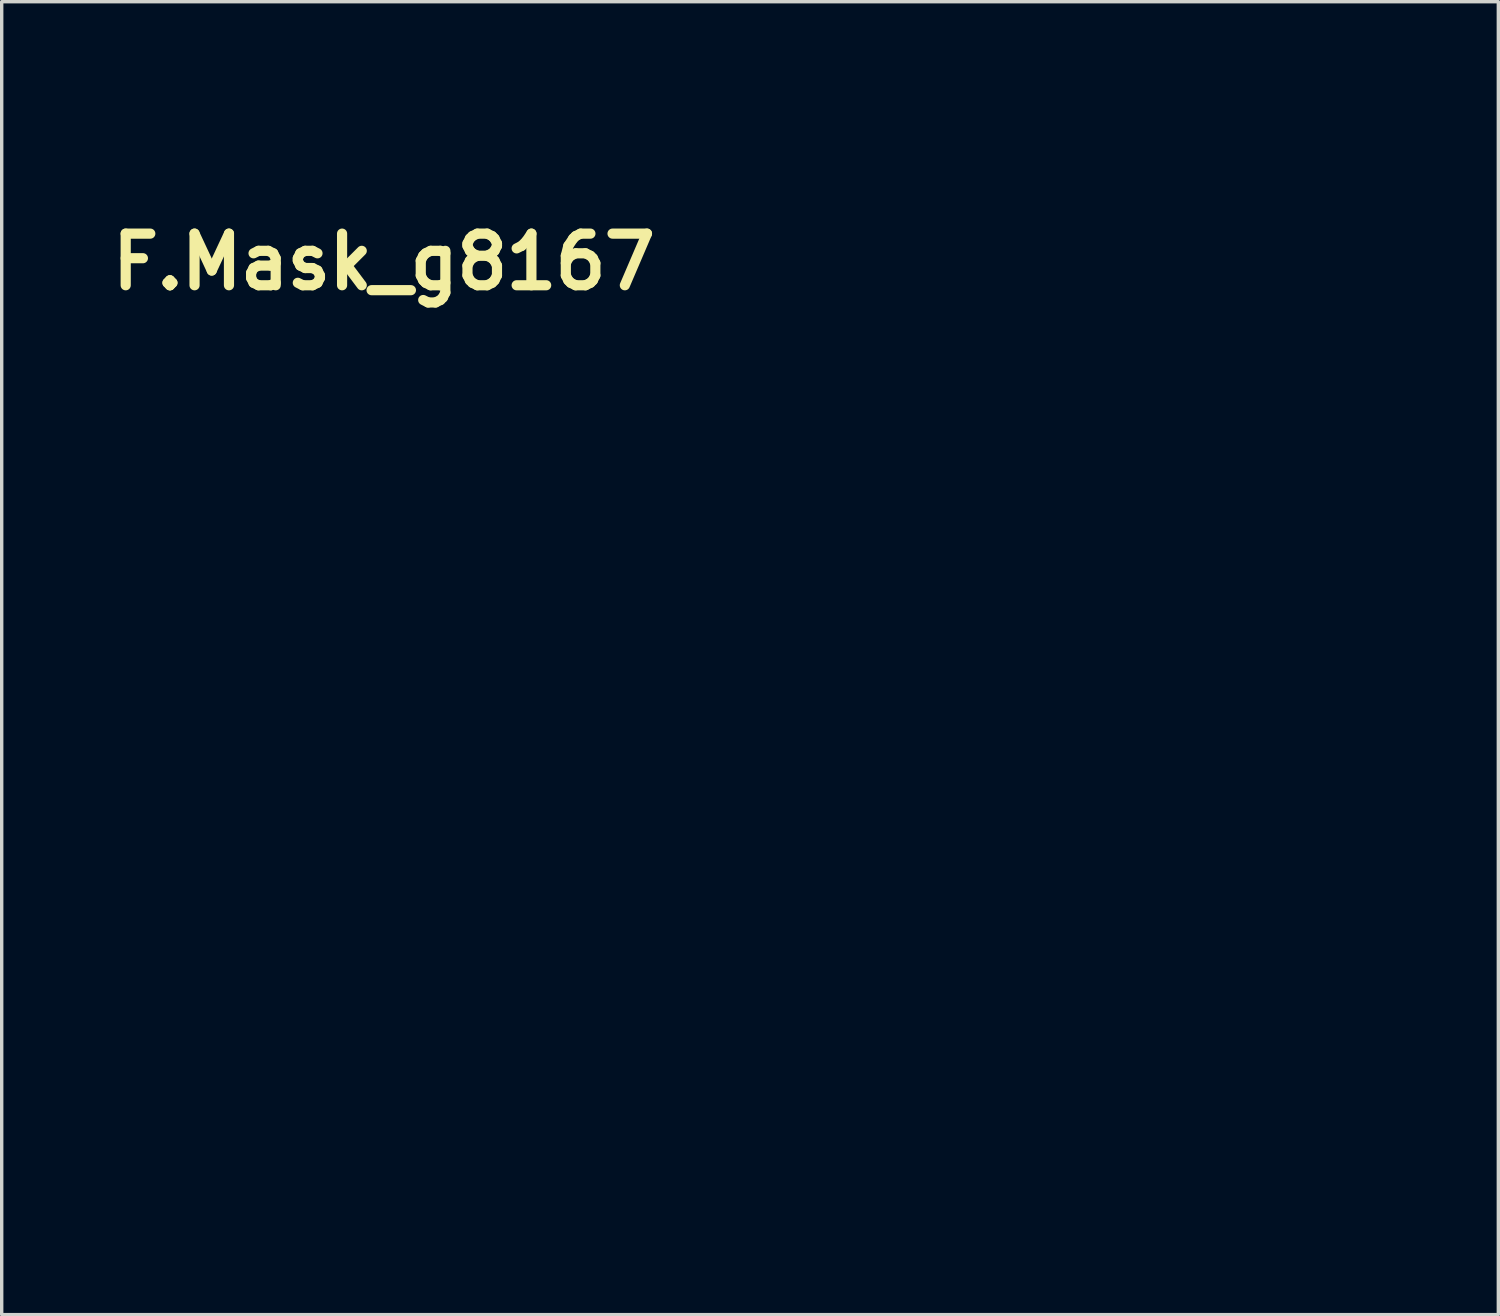
<source format=kicad_pcb>
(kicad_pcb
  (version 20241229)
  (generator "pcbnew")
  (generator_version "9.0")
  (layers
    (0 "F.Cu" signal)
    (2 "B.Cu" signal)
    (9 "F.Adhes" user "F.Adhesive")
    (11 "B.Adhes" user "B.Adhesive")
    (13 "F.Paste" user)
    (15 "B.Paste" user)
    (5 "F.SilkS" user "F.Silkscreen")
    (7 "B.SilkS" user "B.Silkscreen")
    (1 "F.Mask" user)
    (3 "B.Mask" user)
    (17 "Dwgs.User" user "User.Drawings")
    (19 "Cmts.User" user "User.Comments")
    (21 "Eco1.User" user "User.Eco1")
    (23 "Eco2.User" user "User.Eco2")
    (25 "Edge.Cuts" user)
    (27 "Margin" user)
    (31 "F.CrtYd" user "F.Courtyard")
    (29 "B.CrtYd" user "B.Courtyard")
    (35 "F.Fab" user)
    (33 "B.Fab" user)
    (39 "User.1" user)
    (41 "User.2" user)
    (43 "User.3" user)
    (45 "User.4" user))
  (footprint "F.Mask_g8167"
    (layer "F.Cu")
    (at 8.28 4.68)
    (property "Reference" "F.Mask_g8167" (at 0 0 0) (layer "F.SilkS") (effects (font (size 1.524 1.524) (thickness 0.3))))
    (attr through_hole)
    (fp_poly (pts (xy 27.705 -4.644) (xy 27.768 -4.577) (xy 27.843 -4.469) (xy 27.933 -4.316) (xy 28.042 -4.112) (xy 28.173 -3.853) (xy 28.33 -3.534) (xy 28.516 -3.151) (xy 28.735 -2.698) (xy 28.832 -2.498) (xy 29.025 -2.096) (xy 29.208 -1.717) (xy 29.375 -1.367) (xy 29.525 -1.053) (xy 29.653 -0.782) (xy 29.757 -0.562) (xy 29.832 -0.398) (xy 29.877 -0.297) (xy 29.887 -0.268) (xy 29.859 -0.206) (xy 29.787 -0.106) (xy 29.688 0.012) (xy 29.579 0.129) (xy 29.477 0.227) (xy 29.4 0.287) (xy 29.374 0.296) (xy 29.29 0.267) (xy 29.266 0.243) (xy 29.235 0.188) (xy 29.176 0.071) (xy 29.096 -0.095) (xy 29.001 -0.295) (xy 28.936 -0.433) (xy 28.647 -1.056) (xy 27.076 -1.579) (xy 26.672 -1.714) (xy 26.341 -1.826) (xy 26.077 -1.918) (xy 25.872 -1.991) (xy 25.72 -2.05) (xy 25.613 -2.096) (xy 25.544 -2.132) (xy 25.507 -2.162) (xy 25.493 -2.187) (xy 25.493 -2.187) (xy 25.514 -2.258) (xy 25.578 -2.367) (xy 25.67 -2.494) (xy 25.773 -2.619) (xy 25.872 -2.723) (xy 25.951 -2.785) (xy 25.979 -2.794) (xy 26.033 -2.781) (xy 26.156 -2.744) (xy 26.336 -2.687) (xy 26.563 -2.613) (xy 26.826 -2.526) (xy 27.09 -2.438) (xy 28.143 -2.082) (xy 28.005 -2.385) (xy 27.939 -2.526) (xy 27.845 -2.722) (xy 27.731 -2.954) (xy 27.609 -3.202) (xy 27.522 -3.376) (xy 27.412 -3.6) (xy 27.316 -3.803) (xy 27.241 -3.97) (xy 27.193 -4.088) (xy 27.178 -4.14) (xy 27.204 -4.209) (xy 27.273 -4.318) (xy 27.37 -4.442) (xy 27.375 -4.448) (xy 27.441 -4.528) (xy 27.499 -4.596) (xy 27.55 -4.646) (xy 27.6 -4.674) (xy 27.65 -4.675) (xy 27.705 -4.644)) (stroke (width 0.01) (type solid)) (fill yes) (layer "F.Mask"))
    (fp_poly (pts (xy 23.137 1.273) (xy 23.348 1.33) (xy 23.646 1.472) (xy 23.948 1.672) (xy 24.232 1.91) (xy 24.475 2.169) (xy 24.648 2.413) (xy 24.798 2.748) (xy 24.871 3.09) (xy 24.869 3.43) (xy 24.795 3.756) (xy 24.651 4.058) (xy 24.44 4.324) (xy 24.164 4.543) (xy 24.159 4.546) (xy 23.951 4.675) (xy 24.241 4.931) (xy 24.395 5.067) (xy 24.549 5.204) (xy 24.673 5.316) (xy 24.698 5.339) (xy 24.866 5.493) (xy 24.791 5.607) (xy 24.688 5.748) (xy 24.573 5.879) (xy 24.463 5.984) (xy 24.376 6.045) (xy 24.345 6.054) (xy 24.3 6.027) (xy 24.198 5.949) (xy 24.045 5.825) (xy 23.846 5.661) (xy 23.609 5.462) (xy 23.34 5.233) (xy 23.043 4.979) (xy 22.727 4.705) (xy 22.593 4.589) (xy 22.168 4.217) (xy 21.806 3.897) (xy 21.508 3.63) (xy 21.271 3.413) (xy 21.095 3.247) (xy 20.978 3.129) (xy 20.92 3.059) (xy 20.913 3.041) (xy 20.925 3.006) (xy 22.169 3.006) (xy 22.177 3.059) (xy 22.204 3.115) (xy 22.257 3.181) (xy 22.345 3.27) (xy 22.476 3.391) (xy 22.659 3.553) (xy 22.75 3.632) (xy 22.938 3.796) (xy 23.105 3.938) (xy 23.241 4.05) (xy 23.335 4.123) (xy 23.376 4.149) (xy 23.438 4.131) (xy 23.529 4.089) (xy 23.648 4.006) (xy 23.783 3.882) (xy 23.911 3.742) (xy 24.008 3.611) (xy 24.043 3.543) (xy 24.088 3.307) (xy 24.05 3.067) (xy 23.93 2.825) (xy 23.728 2.585) (xy 23.695 2.553) (xy 23.425 2.326) (xy 23.177 2.178) (xy 22.948 2.106) (xy 22.856 2.098) (xy 22.729 2.104) (xy 22.636 2.135) (xy 22.541 2.206) (xy 22.481 2.262) (xy 22.301 2.495) (xy 22.196 2.763) (xy 22.17 2.944) (xy 22.169 3.006) (xy 20.925 3.006) (xy 20.94 2.965) (xy 21.011 2.856) (xy 21.107 2.734) (xy 21.212 2.62) (xy 21.306 2.535) (xy 21.374 2.498) (xy 21.378 2.498) (xy 21.466 2.524) (xy 21.491 2.543) (xy 21.525 2.545) (xy 21.553 2.472) (xy 21.565 2.407) (xy 21.654 2.103) (xy 21.815 1.818) (xy 22.033 1.572) (xy 22.295 1.382) (xy 22.329 1.364) (xy 22.571 1.28) (xy 22.85 1.249) (xy 23.137 1.273)) (stroke (width 0.01) (type solid)) (fill yes) (layer "F.Mask"))
    (fp_poly (pts (xy 9.487 14.316) (xy 9.522 14.338) (xy 9.575 14.379) (xy 9.684 14.47) (xy 9.841 14.603) (xy 10.038 14.771) (xy 10.268 14.969) (xy 10.524 15.19) (xy 10.797 15.426) (xy 11.08 15.671) (xy 11.365 15.919) (xy 11.644 16.162) (xy 11.911 16.394) (xy 12.156 16.609) (xy 12.372 16.8) (xy 12.552 16.959) (xy 12.689 17.081) (xy 12.773 17.159) (xy 12.774 17.16) (xy 12.871 17.257) (xy 12.936 17.331) (xy 12.954 17.361) (xy 12.928 17.405) (xy 12.861 17.496) (xy 12.764 17.615) (xy 12.736 17.649) (xy 12.598 17.799) (xy 12.493 17.882) (xy 12.41 17.902) (xy 12.338 17.866) (xy 12.327 17.856) (xy 12.293 17.84) (xy 12.278 17.889) (xy 12.277 17.951) (xy 12.24 18.16) (xy 12.14 18.385) (xy 11.991 18.606) (xy 11.807 18.806) (xy 11.603 18.967) (xy 11.401 19.067) (xy 11.137 19.122) (xy 10.843 19.126) (xy 10.556 19.079) (xy 10.458 19.048) (xy 10.143 18.901) (xy 9.83 18.692) (xy 9.541 18.441) (xy 9.301 18.168) (xy 9.248 18.091) (xy 9.069 17.756) (xy 8.968 17.413) (xy 8.943 17.093) (xy 9.737 17.093) (xy 9.775 17.307) (xy 9.882 17.532) (xy 10.045 17.753) (xy 10.252 17.957) (xy 10.489 18.13) (xy 10.745 18.258) (xy 10.837 18.291) (xy 10.939 18.319) (xy 11.008 18.322) (xy 11.089 18.297) (xy 11.12 18.285) (xy 11.31 18.172) (xy 11.472 17.994) (xy 11.595 17.772) (xy 11.664 17.526) (xy 11.669 17.491) (xy 11.691 17.293) (xy 11.071 16.754) (xy 10.451 16.214) (xy 10.327 16.278) (xy 10.103 16.428) (xy 9.923 16.616) (xy 9.797 16.826) (xy 9.739 17.041) (xy 9.737 17.093) (xy 8.943 17.093) (xy 8.941 17.07) (xy 8.988 16.739) (xy 9.107 16.428) (xy 9.295 16.147) (xy 9.552 15.907) (xy 9.628 15.854) (xy 9.734 15.779) (xy 9.804 15.72) (xy 9.82 15.698) (xy 9.791 15.661) (xy 9.708 15.58) (xy 9.584 15.466) (xy 9.431 15.328) (xy 9.377 15.28) (xy 9.216 15.136) (xy 9.081 15.007) (xy 8.983 14.906) (xy 8.935 14.845) (xy 8.932 14.835) (xy 8.959 14.777) (xy 9.027 14.678) (xy 9.119 14.56) (xy 9.22 14.444) (xy 9.311 14.35) (xy 9.346 14.319) (xy 9.411 14.291) (xy 9.487 14.316)) (stroke (width 0.01) (type solid)) (fill yes) (layer "F.Mask"))
    (fp_poly (pts (xy 5.954 20.884) (xy 6.196 20.93) (xy 6.213 20.935) (xy 6.417 21.018) (xy 6.65 21.151) (xy 6.89 21.317) (xy 7.114 21.499) (xy 7.282 21.666) (xy 7.415 21.833) (xy 7.545 22.027) (xy 7.633 22.182) (xy 7.74 22.48) (xy 7.789 22.804) (xy 7.778 23.127) (xy 7.709 23.41) (xy 7.566 23.682) (xy 7.362 23.932) (xy 7.117 24.134) (xy 7.043 24.179) (xy 6.923 24.256) (xy 6.841 24.328) (xy 6.816 24.371) (xy 6.788 24.44) (xy 6.717 24.544) (xy 6.62 24.661) (xy 6.517 24.772) (xy 6.424 24.855) (xy 6.359 24.892) (xy 6.355 24.892) (xy 6.311 24.865) (xy 6.21 24.787) (xy 6.057 24.663) (xy 5.859 24.499) (xy 5.621 24.299) (xy 5.35 24.068) (xy 5.053 23.813) (xy 4.734 23.537) (xy 4.561 23.387) (xy 4.236 23.101) (xy 3.93 22.832) (xy 3.767 22.686) (xy 5.043 22.686) (xy 5.078 22.727) (xy 5.166 22.811) (xy 5.293 22.928) (xy 5.448 23.067) (xy 5.62 23.218) (xy 5.795 23.371) (xy 5.962 23.514) (xy 6.109 23.637) (xy 6.223 23.731) (xy 6.293 23.784) (xy 6.309 23.791) (xy 6.357 23.768) (xy 6.447 23.71) (xy 6.502 23.67) (xy 6.734 23.469) (xy 6.903 23.259) (xy 7.003 23.049) (xy 7.027 22.891) (xy 6.99 22.714) (xy 6.889 22.518) (xy 6.736 22.316) (xy 6.545 22.121) (xy 6.329 21.947) (xy 6.102 21.806) (xy 5.877 21.713) (xy 5.832 21.701) (xy 5.663 21.702) (xy 5.495 21.776) (xy 5.339 21.913) (xy 5.207 22.104) (xy 5.11 22.338) (xy 5.099 22.374) (xy 5.064 22.518) (xy 5.044 22.632) (xy 5.043 22.686) (xy 3.767 22.686) (xy 3.65 22.583) (xy 3.403 22.361) (xy 3.192 22.169) (xy 3.025 22.015) (xy 2.908 21.902) (xy 2.845 21.837) (xy 2.836 21.824) (xy 2.865 21.752) (xy 2.939 21.646) (xy 3.041 21.528) (xy 3.15 21.417) (xy 3.249 21.332) (xy 3.32 21.295) (xy 3.324 21.295) (xy 3.386 21.322) (xy 3.5 21.397) (xy 3.652 21.513) (xy 3.832 21.661) (xy 3.917 21.733) (xy 4.424 22.172) (xy 4.478 21.936) (xy 4.585 21.639) (xy 4.758 21.365) (xy 4.981 21.133) (xy 5.24 20.964) (xy 5.268 20.95) (xy 5.459 20.895) (xy 5.699 20.873) (xy 5.954 20.884)) (stroke (width 0.01) (type solid)) (fill yes) (layer "F.Mask"))
    (fp_poly (pts (xy 15.484 10.017) (xy 15.635 10.036) (xy 15.768 10.075) (xy 15.875 10.121) (xy 16.023 10.202) (xy 16.184 10.309) (xy 16.341 10.428) (xy 16.48 10.546) (xy 16.583 10.651) (xy 16.634 10.728) (xy 16.637 10.744) (xy 16.61 10.794) (xy 16.534 10.899) (xy 16.417 11.048) (xy 16.267 11.232) (xy 16.089 11.443) (xy 15.918 11.642) (xy 15.725 11.866) (xy 15.552 12.07) (xy 15.408 12.245) (xy 15.298 12.383) (xy 15.231 12.474) (xy 15.213 12.509) (xy 15.273 12.581) (xy 15.395 12.644) (xy 15.552 12.69) (xy 15.721 12.709) (xy 15.724 12.709) (xy 15.984 12.67) (xy 16.229 12.549) (xy 16.453 12.35) (xy 16.462 12.341) (xy 16.571 12.205) (xy 16.658 12.063) (xy 16.733 11.898) (xy 16.803 11.69) (xy 16.876 11.42) (xy 16.892 11.356) (xy 16.934 11.239) (xy 16.994 11.185) (xy 17.081 11.193) (xy 17.203 11.264) (xy 17.366 11.396) (xy 17.493 11.508) (xy 17.566 11.587) (xy 17.598 11.65) (xy 17.601 11.718) (xy 17.595 11.766) (xy 17.565 11.872) (xy 17.507 12.025) (xy 17.43 12.201) (xy 17.394 12.277) (xy 17.204 12.596) (xy 16.966 12.89) (xy 16.698 13.143) (xy 16.417 13.334) (xy 16.331 13.378) (xy 15.994 13.494) (xy 15.651 13.532) (xy 15.317 13.491) (xy 15.282 13.481) (xy 14.992 13.366) (xy 14.695 13.19) (xy 14.414 12.968) (xy 14.172 12.72) (xy 14.005 12.487) (xy 13.848 12.142) (xy 13.773 11.788) (xy 13.776 11.583) (xy 14.497 11.583) (xy 14.537 11.782) (xy 14.594 11.912) (xy 14.641 11.99) (xy 14.68 11.999) (xy 14.708 11.975) (xy 14.753 11.924) (xy 14.843 11.822) (xy 14.966 11.681) (xy 15.113 11.514) (xy 15.199 11.415) (xy 15.364 11.225) (xy 15.479 11.088) (xy 15.551 10.994) (xy 15.586 10.932) (xy 15.591 10.893) (xy 15.572 10.865) (xy 15.559 10.854) (xy 15.419 10.79) (xy 15.244 10.76) (xy 15.082 10.772) (xy 14.965 10.832) (xy 14.83 10.944) (xy 14.698 11.087) (xy 14.589 11.238) (xy 14.524 11.376) (xy 14.521 11.384) (xy 14.497 11.583) (xy 13.776 11.583) (xy 13.778 11.434) (xy 13.863 11.089) (xy 14.026 10.761) (xy 14.266 10.459) (xy 14.286 10.438) (xy 14.505 10.243) (xy 14.714 10.114) (xy 14.937 10.041) (xy 15.201 10.013) (xy 15.282 10.012) (xy 15.484 10.017)) (stroke (width 0.01) (type solid)) (fill yes) (layer "F.Mask"))
    (fp_poly (pts (xy 25.463 -1.499) (xy 25.602 -1.484) (xy 25.728 -1.449) (xy 25.875 -1.385) (xy 25.961 -1.343) (xy 26.185 -1.211) (xy 26.422 -1.037) (xy 26.651 -0.838) (xy 26.853 -0.632) (xy 27.008 -0.437) (xy 27.06 -0.353) (xy 27.213 0.004) (xy 27.287 0.36) (xy 27.282 0.706) (xy 27.196 1.036) (xy 27.181 1.073) (xy 27.099 1.219) (xy 26.975 1.385) (xy 26.83 1.55) (xy 26.681 1.694) (xy 26.548 1.795) (xy 26.497 1.822) (xy 26.414 1.866) (xy 26.382 1.904) (xy 26.383 1.906) (xy 26.417 1.944) (xy 26.503 2.027) (xy 26.628 2.144) (xy 26.782 2.284) (xy 26.829 2.326) (xy 26.987 2.47) (xy 27.119 2.595) (xy 27.214 2.69) (xy 27.26 2.744) (xy 27.263 2.75) (xy 27.235 2.808) (xy 27.164 2.904) (xy 27.065 3.019) (xy 26.958 3.134) (xy 26.858 3.231) (xy 26.783 3.29) (xy 26.759 3.3) (xy 26.715 3.273) (xy 26.613 3.195) (xy 26.461 3.071) (xy 26.263 2.907) (xy 26.027 2.707) (xy 25.758 2.478) (xy 25.463 2.224) (xy 25.147 1.95) (xy 25.019 1.838) (xy 24.663 1.526) (xy 24.339 1.239) (xy 24.052 0.982) (xy 23.806 0.759) (xy 23.607 0.574) (xy 23.459 0.432) (xy 23.366 0.337) (xy 23.359 0.328) (xy 24.544 0.328) (xy 25.152 0.861) (xy 25.343 1.027) (xy 25.513 1.172) (xy 25.652 1.288) (xy 25.748 1.365) (xy 25.792 1.395) (xy 25.793 1.396) (xy 25.849 1.376) (xy 25.939 1.328) (xy 25.941 1.326) (xy 26.171 1.151) (xy 26.347 0.95) (xy 26.46 0.736) (xy 26.5 0.524) (xy 26.5 0.52) (xy 26.467 0.314) (xy 26.368 0.107) (xy 26.197 -0.108) (xy 26.07 -0.236) (xy 25.799 -0.46) (xy 25.554 -0.603) (xy 25.33 -0.668) (xy 25.128 -0.654) (xy 24.973 -0.581) (xy 24.854 -0.466) (xy 24.739 -0.294) (xy 24.642 -0.094) (xy 24.579 0.106) (xy 24.571 0.153) (xy 24.544 0.328) (xy 23.359 0.328) (xy 23.333 0.293) (xy 23.355 0.207) (xy 23.436 0.078) (xy 23.519 -0.027) (xy 23.631 -0.152) (xy 23.712 -0.221) (xy 23.78 -0.246) (xy 23.836 -0.245) (xy 23.915 -0.242) (xy 23.955 -0.282) (xy 23.977 -0.378) (xy 24.063 -0.66) (xy 24.216 -0.933) (xy 24.422 -1.175) (xy 24.663 -1.366) (xy 24.731 -1.405) (xy 24.845 -1.456) (xy 24.967 -1.486) (xy 25.125 -1.5) (xy 25.275 -1.502) (xy 25.463 -1.499)) (stroke (width 0.01) (type solid)) (fill yes) (layer "F.Mask"))
    (fp_poly (pts (xy 8.407 18.318) (xy 8.546 18.383) (xy 8.643 18.446) (xy 8.784 18.55) (xy 8.961 18.689) (xy 9.163 18.854) (xy 9.381 19.036) (xy 9.605 19.227) (xy 9.825 19.418) (xy 10.032 19.602) (xy 10.216 19.77) (xy 10.367 19.913) (xy 10.477 20.024) (xy 10.534 20.093) (xy 10.54 20.108) (xy 10.513 20.169) (xy 10.443 20.271) (xy 10.343 20.394) (xy 10.324 20.416) (xy 10.202 20.547) (xy 10.113 20.62) (xy 10.04 20.649) (xy 10 20.649) (xy 9.925 20.653) (xy 9.884 20.698) (xy 9.857 20.796) (xy 9.816 20.931) (xy 9.752 21.089) (xy 9.72 21.156) (xy 9.535 21.444) (xy 9.311 21.672) (xy 9.057 21.836) (xy 8.784 21.93) (xy 8.501 21.951) (xy 8.221 21.893) (xy 7.939 21.755) (xy 7.707 21.555) (xy 7.543 21.333) (xy 7.47 21.207) (xy 7.43 21.106) (xy 7.413 20.996) (xy 7.414 20.846) (xy 7.416 20.786) (xy 7.431 20.685) (xy 8.207 20.685) (xy 8.241 20.862) (xy 8.334 21.001) (xy 8.41 21.056) (xy 8.557 21.113) (xy 8.687 21.104) (xy 8.824 21.027) (xy 8.893 20.968) (xy 9.079 20.76) (xy 9.201 20.519) (xy 9.262 20.285) (xy 9.302 20.063) (xy 9.067 19.853) (xy 8.95 19.752) (xy 8.858 19.677) (xy 8.808 19.643) (xy 8.805 19.643) (xy 8.771 19.675) (xy 8.701 19.759) (xy 8.61 19.88) (xy 8.509 20.018) (xy 8.412 20.157) (xy 8.331 20.28) (xy 8.328 20.285) (xy 8.236 20.488) (xy 8.207 20.685) (xy 7.431 20.685) (xy 7.457 20.499) (xy 7.558 20.203) (xy 7.724 19.887) (xy 7.959 19.542) (xy 7.994 19.494) (xy 8.111 19.339) (xy 8.18 19.235) (xy 8.21 19.17) (xy 8.207 19.13) (xy 8.182 19.103) (xy 8.049 19.053) (xy 7.89 19.081) (xy 7.708 19.186) (xy 7.699 19.193) (xy 7.548 19.326) (xy 7.41 19.49) (xy 7.271 19.702) (xy 7.122 19.976) (xy 7.091 20.039) (xy 7.01 20.192) (xy 6.939 20.313) (xy 6.887 20.383) (xy 6.873 20.394) (xy 6.817 20.376) (xy 6.72 20.315) (xy 6.602 20.226) (xy 6.483 20.125) (xy 6.382 20.028) (xy 6.323 19.957) (xy 6.301 19.911) (xy 6.301 19.856) (xy 6.329 19.778) (xy 6.391 19.659) (xy 6.488 19.493) (xy 6.665 19.223) (xy 6.873 18.962) (xy 7.094 18.725) (xy 7.314 18.527) (xy 7.518 18.386) (xy 7.58 18.354) (xy 7.862 18.26) (xy 8.134 18.247) (xy 8.407 18.318)) (stroke (width 0.01) (type solid)) (fill yes) (layer "F.Mask"))
    (fp_poly (pts (xy 20.587 4.079) (xy 20.707 4.108) (xy 20.834 4.162) (xy 20.979 4.247) (xy 21.149 4.368) (xy 21.354 4.53) (xy 21.602 4.738) (xy 21.902 4.997) (xy 21.95 5.039) (xy 22.183 5.243) (xy 22.395 5.43) (xy 22.578 5.593) (xy 22.724 5.724) (xy 22.824 5.815) (xy 22.869 5.859) (xy 22.87 5.86) (xy 22.895 5.914) (xy 22.887 5.974) (xy 22.839 6.055) (xy 22.742 6.174) (xy 22.684 6.239) (xy 22.562 6.369) (xy 22.474 6.441) (xy 22.405 6.467) (xy 22.367 6.465) (xy 22.3 6.465) (xy 22.258 6.508) (xy 22.222 6.614) (xy 22.221 6.62) (xy 22.109 6.919) (xy 21.945 7.196) (xy 21.745 7.432) (xy 21.523 7.608) (xy 21.461 7.642) (xy 21.247 7.722) (xy 21.007 7.766) (xy 20.779 7.769) (xy 20.673 7.751) (xy 20.486 7.679) (xy 20.288 7.564) (xy 20.115 7.431) (xy 20.047 7.361) (xy 19.896 7.153) (xy 19.808 6.955) (xy 19.775 6.737) (xy 19.777 6.587) (xy 19.799 6.411) (xy 20.578 6.411) (xy 20.583 6.605) (xy 20.657 6.772) (xy 20.698 6.819) (xy 20.837 6.92) (xy 20.979 6.941) (xy 21.131 6.882) (xy 21.254 6.787) (xy 21.405 6.629) (xy 21.512 6.459) (xy 21.59 6.247) (xy 21.619 6.138) (xy 21.676 5.905) (xy 21.432 5.683) (xy 21.313 5.578) (xy 21.219 5.5) (xy 21.166 5.462) (xy 21.161 5.461) (xy 21.126 5.494) (xy 21.058 5.581) (xy 20.969 5.705) (xy 20.87 5.848) (xy 20.774 5.993) (xy 20.693 6.122) (xy 20.643 6.21) (xy 20.578 6.411) (xy 19.799 6.411) (xy 19.806 6.358) (xy 19.875 6.128) (xy 19.989 5.883) (xy 20.154 5.609) (xy 20.331 5.355) (xy 20.607 4.974) (xy 20.488 4.915) (xy 20.383 4.878) (xy 20.282 4.893) (xy 20.238 4.91) (xy 20.095 5) (xy 19.934 5.152) (xy 19.769 5.349) (xy 19.613 5.577) (xy 19.481 5.816) (xy 19.397 5.977) (xy 19.32 6.108) (xy 19.26 6.191) (xy 19.238 6.209) (xy 19.171 6.195) (xy 19.069 6.133) (xy 18.951 6.04) (xy 18.835 5.931) (xy 18.74 5.823) (xy 18.685 5.734) (xy 18.678 5.711) (xy 18.697 5.614) (xy 18.761 5.469) (xy 18.863 5.292) (xy 18.991 5.097) (xy 19.136 4.9) (xy 19.289 4.717) (xy 19.384 4.615) (xy 19.619 4.394) (xy 19.83 4.239) (xy 20.033 4.139) (xy 20.243 4.086) (xy 20.338 4.075) (xy 20.467 4.069) (xy 20.587 4.079)) (stroke (width 0.01) (type solid)) (fill yes) (layer "F.Mask"))
    (fp_poly (pts (xy 12.834 12.388) (xy 12.935 12.464) (xy 13.082 12.582) (xy 13.267 12.734) (xy 13.481 12.913) (xy 13.716 13.112) (xy 13.963 13.324) (xy 14.213 13.54) (xy 14.459 13.754) (xy 14.691 13.959) (xy 14.901 14.146) (xy 15.08 14.309) (xy 15.221 14.441) (xy 15.314 14.533) (xy 15.336 14.558) (xy 15.552 14.867) (xy 15.684 15.177) (xy 15.731 15.49) (xy 15.694 15.806) (xy 15.572 16.127) (xy 15.501 16.255) (xy 15.383 16.426) (xy 15.233 16.611) (xy 15.063 16.796) (xy 14.886 16.969) (xy 14.714 17.12) (xy 14.561 17.234) (xy 14.439 17.302) (xy 14.384 17.314) (xy 14.326 17.288) (xy 14.226 17.217) (xy 14.105 17.117) (xy 14.084 17.099) (xy 13.968 16.986) (xy 13.882 16.884) (xy 13.844 16.814) (xy 13.843 16.807) (xy 13.88 16.741) (xy 13.99 16.642) (xy 14.168 16.513) (xy 14.204 16.489) (xy 14.502 16.265) (xy 14.724 16.04) (xy 14.869 15.818) (xy 14.934 15.602) (xy 14.92 15.395) (xy 14.824 15.199) (xy 14.792 15.159) (xy 14.696 15.06) (xy 14.636 15.035) (xy 14.608 15.085) (xy 14.605 15.135) (xy 14.571 15.303) (xy 14.478 15.497) (xy 14.34 15.7) (xy 14.171 15.893) (xy 13.986 16.06) (xy 13.8 16.183) (xy 13.698 16.228) (xy 13.381 16.295) (xy 13.061 16.282) (xy 12.732 16.189) (xy 12.39 16.013) (xy 12.302 15.957) (xy 11.982 15.713) (xy 11.733 15.451) (xy 11.541 15.156) (xy 11.498 15.071) (xy 11.436 14.934) (xy 11.398 14.819) (xy 11.377 14.697) (xy 11.368 14.542) (xy 11.367 14.372) (xy 11.367 14.34) (xy 12.138 14.34) (xy 12.166 14.534) (xy 12.269 14.755) (xy 12.435 14.976) (xy 12.644 15.178) (xy 12.877 15.342) (xy 13.074 15.435) (xy 13.21 15.478) (xy 13.308 15.488) (xy 13.407 15.464) (xy 13.476 15.436) (xy 13.66 15.316) (xy 13.817 15.125) (xy 13.941 14.875) (xy 14.006 14.654) (xy 14.044 14.483) (xy 13.452 13.966) (xy 12.859 13.448) (xy 12.727 13.521) (xy 12.477 13.692) (xy 12.292 13.892) (xy 12.177 14.111) (xy 12.138 14.34) (xy 11.367 14.34) (xy 11.369 14.169) (xy 11.379 14.025) (xy 11.402 13.914) (xy 11.441 13.811) (xy 11.486 13.723) (xy 11.657 13.456) (xy 11.865 13.226) (xy 12.089 13.056) (xy 12.128 13.034) (xy 12.238 12.966) (xy 12.306 12.903) (xy 12.319 12.876) (xy 12.347 12.807) (xy 12.42 12.704) (xy 12.518 12.588) (xy 12.624 12.479) (xy 12.719 12.396) (xy 12.784 12.361) (xy 12.787 12.361) (xy 12.834 12.388)) (stroke (width 0.01) (type solid)) (fill yes) (layer "F.Mask"))
    (fp_poly (pts (xy 17.221 5.744) (xy 17.326 5.822) (xy 17.478 5.944) (xy 17.671 6.103) (xy 17.896 6.293) (xy 18.147 6.507) (xy 18.417 6.74) (xy 18.697 6.984) (xy 18.981 7.234) (xy 19.262 7.482) (xy 19.531 7.722) (xy 19.783 7.948) (xy 20.008 8.154) (xy 20.201 8.333) (xy 20.353 8.478) (xy 20.458 8.583) (xy 20.507 8.643) (xy 20.511 8.65) (xy 20.484 8.719) (xy 20.415 8.826) (xy 20.322 8.95) (xy 20.221 9.07) (xy 20.131 9.162) (xy 20.073 9.204) (xy 20.044 9.214) (xy 20.012 9.212) (xy 19.968 9.194) (xy 19.905 9.152) (xy 19.813 9.081) (xy 19.685 8.975) (xy 19.513 8.827) (xy 19.288 8.632) (xy 19.193 8.55) (xy 18.987 8.371) (xy 18.803 8.214) (xy 18.649 8.084) (xy 18.535 7.991) (xy 18.471 7.943) (xy 18.461 7.938) (xy 18.424 7.967) (xy 18.343 8.049) (xy 18.231 8.17) (xy 18.098 8.317) (xy 18.097 8.319) (xy 17.931 8.507) (xy 17.752 8.71) (xy 17.587 8.897) (xy 17.498 8.998) (xy 17.234 9.297) (xy 17.994 9.962) (xy 18.207 10.151) (xy 18.397 10.324) (xy 18.555 10.473) (xy 18.673 10.589) (xy 18.74 10.663) (xy 18.754 10.686) (xy 18.726 10.752) (xy 18.656 10.854) (xy 18.558 10.975) (xy 18.451 11.094) (xy 18.351 11.192) (xy 18.274 11.251) (xy 18.25 11.26) (xy 18.205 11.233) (xy 18.103 11.155) (xy 17.951 11.032) (xy 17.756 10.87) (xy 17.523 10.674) (xy 17.26 10.449) (xy 16.973 10.202) (xy 16.701 9.965) (xy 16.309 9.624) (xy 15.977 9.334) (xy 15.7 9.092) (xy 15.472 8.892) (xy 15.288 8.73) (xy 15.146 8.601) (xy 15.039 8.502) (xy 14.963 8.428) (xy 14.913 8.374) (xy 14.886 8.336) (xy 14.875 8.31) (xy 14.877 8.291) (xy 14.887 8.274) (xy 14.901 8.256) (xy 14.905 8.248) (xy 14.97 8.153) (xy 15.066 8.038) (xy 15.176 7.922) (xy 15.281 7.823) (xy 15.364 7.76) (xy 15.397 7.747) (xy 15.447 7.774) (xy 15.549 7.848) (xy 15.691 7.96) (xy 15.862 8.103) (xy 16.027 8.244) (xy 16.212 8.405) (xy 16.376 8.546) (xy 16.507 8.656) (xy 16.595 8.729) (xy 16.629 8.753) (xy 16.666 8.726) (xy 16.746 8.646) (xy 16.861 8.523) (xy 17.001 8.369) (xy 17.154 8.196) (xy 17.311 8.015) (xy 17.463 7.837) (xy 17.6 7.674) (xy 17.711 7.537) (xy 17.786 7.439) (xy 17.816 7.389) (xy 17.816 7.387) (xy 17.784 7.345) (xy 17.699 7.259) (xy 17.575 7.143) (xy 17.423 7.008) (xy 17.404 6.99) (xy 17.162 6.78) (xy 16.978 6.617) (xy 16.843 6.495) (xy 16.752 6.405) (xy 16.697 6.341) (xy 16.671 6.294) (xy 16.668 6.258) (xy 16.68 6.224) (xy 16.69 6.205) (xy 16.767 6.089) (xy 16.871 5.963) (xy 16.984 5.847) (xy 17.087 5.759) (xy 17.162 5.718) (xy 17.172 5.717) (xy 17.221 5.744)) (stroke (width 0.01) (type solid)) (fill yes) (layer "F.Mask"))
    (fp_poly (pts (xy 2.078 23.05) (xy 2.124 23.092) (xy 2.206 23.191) (xy 2.313 23.331) (xy 2.434 23.499) (xy 2.451 23.523) (xy 2.765 23.973) (xy 3.029 23.688) (xy 3.163 23.547) (xy 3.26 23.466) (xy 3.34 23.443) (xy 3.423 23.476) (xy 3.532 23.564) (xy 3.612 23.637) (xy 3.695 23.721) (xy 3.735 23.792) (xy 3.729 23.867) (xy 3.673 23.963) (xy 3.564 24.096) (xy 3.5 24.168) (xy 3.358 24.326) (xy 3.264 24.435) (xy 3.215 24.514) (xy 3.209 24.583) (xy 3.242 24.658) (xy 3.311 24.76) (xy 3.387 24.868) (xy 3.487 25.008) (xy 3.571 25.117) (xy 3.626 25.18) (xy 3.638 25.188) (xy 3.678 25.159) (xy 3.758 25.079) (xy 3.864 24.965) (xy 3.911 24.913) (xy 4.027 24.789) (xy 4.127 24.694) (xy 4.195 24.643) (xy 4.209 24.638) (xy 4.267 24.665) (xy 4.362 24.736) (xy 4.464 24.824) (xy 4.553 24.908) (xy 4.608 24.975) (xy 4.625 25.038) (xy 4.601 25.112) (xy 4.533 25.212) (xy 4.415 25.352) (xy 4.301 25.483) (xy 4.025 25.799) (xy 4.122 25.928) (xy 4.254 26.106) (xy 4.384 26.291) (xy 4.503 26.466) (xy 4.601 26.618) (xy 4.67 26.733) (xy 4.699 26.795) (xy 4.699 26.798) (xy 4.671 26.871) (xy 4.6 26.973) (xy 4.506 27.08) (xy 4.412 27.169) (xy 4.337 27.217) (xy 4.321 27.22) (xy 4.26 27.184) (xy 4.162 27.079) (xy 4.03 26.908) (xy 3.935 26.776) (xy 3.817 26.609) (xy 3.715 26.47) (xy 3.64 26.374) (xy 3.601 26.332) (xy 3.599 26.331) (xy 3.543 26.362) (xy 3.466 26.438) (xy 3.388 26.533) (xy 3.33 26.622) (xy 3.313 26.68) (xy 3.313 26.681) (xy 3.346 26.737) (xy 3.417 26.846) (xy 3.516 26.993) (xy 3.634 27.162) (xy 3.637 27.166) (xy 3.752 27.336) (xy 3.848 27.486) (xy 3.912 27.6) (xy 3.937 27.662) (xy 3.937 27.663) (xy 3.907 27.752) (xy 3.831 27.862) (xy 3.733 27.967) (xy 3.634 28.043) (xy 3.569 28.066) (xy 3.515 28.049) (xy 3.445 27.989) (xy 3.352 27.877) (xy 3.227 27.706) (xy 3.169 27.622) (xy 3.051 27.455) (xy 2.949 27.317) (xy 2.873 27.22) (xy 2.833 27.179) (xy 2.831 27.178) (xy 2.785 27.209) (xy 2.739 27.264) (xy 2.667 27.355) (xy 2.57 27.465) (xy 2.466 27.574) (xy 2.372 27.666) (xy 2.307 27.72) (xy 2.29 27.728) (xy 2.231 27.7) (xy 2.139 27.627) (xy 2.035 27.531) (xy 1.941 27.433) (xy 1.878 27.352) (xy 1.863 27.317) (xy 1.89 27.258) (xy 1.962 27.156) (xy 2.067 27.025) (xy 2.138 26.944) (xy 2.256 26.807) (xy 2.348 26.692) (xy 2.403 26.612) (xy 2.413 26.589) (xy 2.39 26.535) (xy 2.329 26.431) (xy 2.241 26.295) (xy 2.194 26.227) (xy 1.975 25.912) (xy 1.803 26.111) (xy 1.647 26.287) (xy 1.535 26.404) (xy 1.459 26.473) (xy 1.409 26.499) (xy 1.398 26.501) (xy 1.338 26.472) (xy 1.246 26.4) (xy 1.142 26.305) (xy 1.049 26.207) (xy 0.987 26.127) (xy 0.974 26.095) (xy 1 26.041) (xy 1.072 25.941) (xy 1.178 25.809) (xy 1.274 25.697) (xy 1.54 25.396) (xy 2.397 25.396) (xy 2.627 25.735) (xy 2.728 25.881) (xy 2.813 25.995) (xy 2.869 26.063) (xy 2.884 26.076) (xy 2.923 26.047) (xy 2.996 25.97) (xy 3.058 25.897) (xy 3.205 25.718) (xy 2.972 25.386) (xy 2.739 25.054) (xy 2.397 25.396) (xy 1.54 25.396) (xy 1.575 25.356) (xy 1.501 25.241) (xy 1.444 25.156) (xy 1.353 25.025) (xy 1.243 24.867) (xy 1.175 24.77) (xy 1.068 24.617) (xy 0.98 24.486) (xy 0.921 24.394) (xy 0.905 24.364) (xy 0.918 24.298) (xy 0.979 24.202) (xy 1.068 24.097) (xy 1.165 24.005) (xy 1.252 23.948) (xy 1.286 23.939) (xy 1.342 23.962) (xy 1.42 24.033) (xy 1.527 24.162) (xy 1.67 24.354) (xy 1.699 24.394) (xy 2.022 24.849) (xy 2.176 24.662) (xy 2.329 24.475) (xy 1.984 23.982) (xy 1.849 23.786) (xy 1.756 23.646) (xy 1.701 23.549) (xy 1.676 23.482) (xy 1.676 23.433) (xy 1.693 23.389) (xy 1.769 23.279) (xy 1.867 23.174) (xy 1.968 23.091) (xy 2.05 23.05) (xy 2.078 23.05)) (stroke (width 0.01) (type solid)) (fill yes) (layer "F.Mask")))
  (gr_rect
    (start -3 -3)
    (end 41.173 35.751)
    (stroke (width 0.1) (type default))
    (fill no)
    (layer "Edge.Cuts")))
</source>
